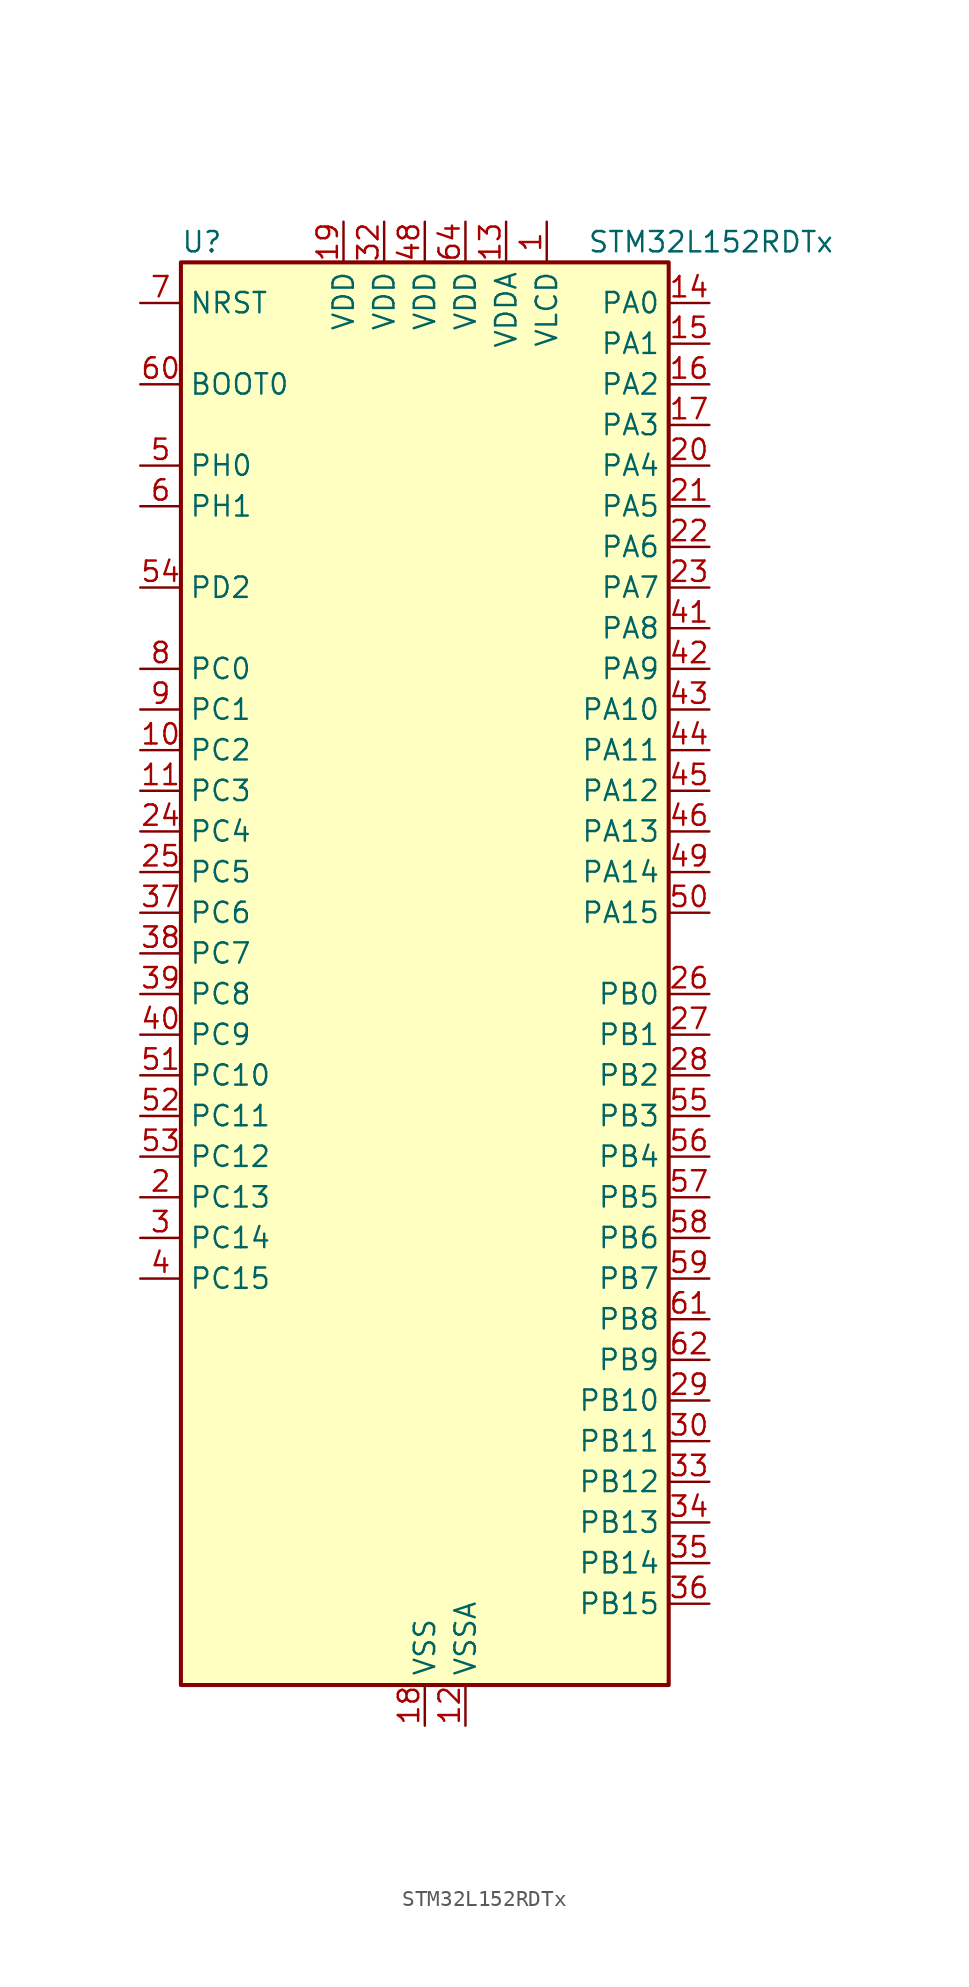
<source format=kicad_sym>
(kicad_symbol_lib
  (version 20231120)
  (generator "kicad-library-utils")
  (generator_version "8.0")
  (symbol "STM32L152RDTx"
    (property "Reference" "U"
      (at -15.24 46.99 0)
      (effects (font (size 1.27 1.27)) (justify left)))
    (property "Value" "STM32L152RDTx"
      (at 10.16 46.99 0)
      (effects (font (size 1.27 1.27)) (justify left)))
    (symbol "STM32L152RDTx_0_1"
      (rectangle (start -15.24 -43.18) (end 15.24 45.72) (stroke (width 0.254) (type default)) (fill (type background))))
    (symbol "STM32L152RDTx_1_1"
      (pin power_in line (at 7.62 48.26 270) (length 2.54) (name "VLCD" (effects (font (size 1.27 1.27)))) (number "1" (effects (font (size 1.27 1.27)))))
      (pin bidirectional line (at -17.78 15.24 0) (length 2.54) (name "PC2" (effects (font (size 1.27 1.27)))) (number "10" (effects (font (size 1.27 1.27)))) (alternate "ADC_IN12" bidirectional line) (alternate "COMP1_INP" bidirectional line) (alternate "LCD_SEG20" bidirectional line) (alternate "OPAMP3_VINM" bidirectional line) (alternate "TIMX_IC3" bidirectional line) (alternate "TS_G8_IO3" bidirectional line))
      (pin bidirectional line (at -17.78 12.7 0) (length 2.54) (name "PC3" (effects (font (size 1.27 1.27)))) (number "11" (effects (font (size 1.27 1.27)))) (alternate "ADC_IN13" bidirectional line) (alternate "COMP1_INP" bidirectional line) (alternate "LCD_SEG21" bidirectional line) (alternate "OPAMP3_VOUT" bidirectional line) (alternate "TIMX_IC4" bidirectional line) (alternate "TS_G8_IO4" bidirectional line))
      (pin power_in line (at 2.54 -45.72 90) (length 2.54) (name "VSSA" (effects (font (size 1.27 1.27)))) (number "12" (effects (font (size 1.27 1.27)))))
      (pin power_in line (at 5.08 48.26 270) (length 2.54) (name "VDDA" (effects (font (size 1.27 1.27)))) (number "13" (effects (font (size 1.27 1.27)))))
      (pin bidirectional line (at 17.78 43.18 180) (length 2.54) (name "PA0" (effects (font (size 1.27 1.27)))) (number "14" (effects (font (size 1.27 1.27)))) (alternate "ADC_IN0" bidirectional line) (alternate "COMP1_INP" bidirectional line) (alternate "RTC_TAMP2" bidirectional line) (alternate "SYS_WKUP1" bidirectional line) (alternate "TIM2_CH1" bidirectional line) (alternate "TIM2_ETR" bidirectional line) (alternate "TIM5_CH1" bidirectional line) (alternate "TIMX_IC1" bidirectional line) (alternate "TS_G1_IO1" bidirectional line) (alternate "USART2_CTS" bidirectional line))
      (pin bidirectional line (at 17.78 40.64 180) (length 2.54) (name "PA1" (effects (font (size 1.27 1.27)))) (number "15" (effects (font (size 1.27 1.27)))) (alternate "ADC_IN1" bidirectional line) (alternate "COMP1_INP" bidirectional line) (alternate "LCD_SEG0" bidirectional line) (alternate "OPAMP1_VINP" bidirectional line) (alternate "TIM2_CH2" bidirectional line) (alternate "TIM5_CH2" bidirectional line) (alternate "TIMX_IC2" bidirectional line) (alternate "TS_G1_IO2" bidirectional line) (alternate "USART2_RTS" bidirectional line))
      (pin bidirectional line (at 17.78 38.1 180) (length 2.54) (name "PA2" (effects (font (size 1.27 1.27)))) (number "16" (effects (font (size 1.27 1.27)))) (alternate "ADC_IN2" bidirectional line) (alternate "COMP1_INP" bidirectional line) (alternate "LCD_SEG1" bidirectional line) (alternate "OPAMP1_VINM" bidirectional line) (alternate "TIM2_CH3" bidirectional line) (alternate "TIM5_CH3" bidirectional line) (alternate "TIM9_CH1" bidirectional line) (alternate "TIMX_IC3" bidirectional line) (alternate "TS_G1_IO3" bidirectional line) (alternate "USART2_TX" bidirectional line))
      (pin bidirectional line (at 17.78 35.56 180) (length 2.54) (name "PA3" (effects (font (size 1.27 1.27)))) (number "17" (effects (font (size 1.27 1.27)))) (alternate "ADC_IN3" bidirectional line) (alternate "COMP1_INP" bidirectional line) (alternate "LCD_SEG2" bidirectional line) (alternate "OPAMP1_VOUT" bidirectional line) (alternate "TIM2_CH4" bidirectional line) (alternate "TIM5_CH4" bidirectional line) (alternate "TIM9_CH2" bidirectional line) (alternate "TIMX_IC4" bidirectional line) (alternate "TS_G1_IO4" bidirectional line) (alternate "USART2_RX" bidirectional line))
      (pin power_in line (at 0 -45.72 90) (length 2.54) (name "VSS" (effects (font (size 1.27 1.27)))) (number "18" (effects (font (size 1.27 1.27)))))
      (pin power_in line (at -5.08 48.26 270) (length 2.54) (name "VDD" (effects (font (size 1.27 1.27)))) (number "19" (effects (font (size 1.27 1.27)))))
      (pin bidirectional line (at -17.78 -12.7 0) (length 2.54) (name "PC13" (effects (font (size 1.27 1.27)))) (number "2" (effects (font (size 1.27 1.27)))) (alternate "RTC_OUT_ALARM" bidirectional line) (alternate "RTC_OUT_CALIB" bidirectional line) (alternate "RTC_TAMP1" bidirectional line) (alternate "RTC_TS" bidirectional line) (alternate "SYS_WKUP2" bidirectional line) (alternate "TIMX_IC2" bidirectional line))
      (pin bidirectional line (at 17.78 33.02 180) (length 2.54) (name "PA4" (effects (font (size 1.27 1.27)))) (number "20" (effects (font (size 1.27 1.27)))) (alternate "ADC_IN4" bidirectional line) (alternate "COMP1_INP" bidirectional line) (alternate "DAC_OUT1" bidirectional line) (alternate "I2S3_WS" bidirectional line) (alternate "SPI1_NSS" bidirectional line) (alternate "SPI3_NSS" bidirectional line) (alternate "TIMX_IC1" bidirectional line) (alternate "USART2_CK" bidirectional line))
      (pin bidirectional line (at 17.78 30.48 180) (length 2.54) (name "PA5" (effects (font (size 1.27 1.27)))) (number "21" (effects (font (size 1.27 1.27)))) (alternate "ADC_IN5" bidirectional line) (alternate "COMP1_INP" bidirectional line) (alternate "DAC_OUT2" bidirectional line) (alternate "SPI1_SCK" bidirectional line) (alternate "TIM2_CH1" bidirectional line) (alternate "TIM2_ETR" bidirectional line) (alternate "TIMX_IC2" bidirectional line))
      (pin bidirectional line (at 17.78 27.94 180) (length 2.54) (name "PA6" (effects (font (size 1.27 1.27)))) (number "22" (effects (font (size 1.27 1.27)))) (alternate "ADC_IN6" bidirectional line) (alternate "COMP1_INP" bidirectional line) (alternate "LCD_SEG3" bidirectional line) (alternate "OPAMP2_VINP" bidirectional line) (alternate "SPI1_MISO" bidirectional line) (alternate "TIM10_CH1" bidirectional line) (alternate "TIM3_CH1" bidirectional line) (alternate "TIMX_IC3" bidirectional line) (alternate "TS_G2_IO1" bidirectional line))
      (pin bidirectional line (at 17.78 25.4 180) (length 2.54) (name "PA7" (effects (font (size 1.27 1.27)))) (number "23" (effects (font (size 1.27 1.27)))) (alternate "ADC_IN7" bidirectional line) (alternate "COMP1_INP" bidirectional line) (alternate "LCD_SEG4" bidirectional line) (alternate "OPAMP2_VINM" bidirectional line) (alternate "SPI1_MOSI" bidirectional line) (alternate "TIM11_CH1" bidirectional line) (alternate "TIM3_CH2" bidirectional line) (alternate "TIMX_IC4" bidirectional line) (alternate "TS_G2_IO2" bidirectional line))
      (pin bidirectional line (at -17.78 10.16 0) (length 2.54) (name "PC4" (effects (font (size 1.27 1.27)))) (number "24" (effects (font (size 1.27 1.27)))) (alternate "ADC_IN14" bidirectional line) (alternate "COMP1_INP" bidirectional line) (alternate "LCD_SEG22" bidirectional line) (alternate "TIMX_IC1" bidirectional line) (alternate "TS_G9_IO1" bidirectional line))
      (pin bidirectional line (at -17.78 7.62 0) (length 2.54) (name "PC5" (effects (font (size 1.27 1.27)))) (number "25" (effects (font (size 1.27 1.27)))) (alternate "ADC_IN15" bidirectional line) (alternate "COMP1_INP" bidirectional line) (alternate "LCD_SEG23" bidirectional line) (alternate "TIMX_IC2" bidirectional line) (alternate "TS_G9_IO2" bidirectional line))
      (pin bidirectional line (at 17.78 0 180) (length 2.54) (name "PB0" (effects (font (size 1.27 1.27)))) (number "26" (effects (font (size 1.27 1.27)))) (alternate "ADC_IN8" bidirectional line) (alternate "COMP1_INP" bidirectional line) (alternate "LCD_SEG5" bidirectional line) (alternate "OPAMP2_VOUT" bidirectional line) (alternate "SYS_V_REF_OUT" bidirectional line) (alternate "TIM3_CH3" bidirectional line) (alternate "TS_G3_IO1" bidirectional line))
      (pin bidirectional line (at 17.78 -2.54 180) (length 2.54) (name "PB1" (effects (font (size 1.27 1.27)))) (number "27" (effects (font (size 1.27 1.27)))) (alternate "ADC_IN9" bidirectional line) (alternate "COMP1_INP" bidirectional line) (alternate "LCD_SEG6" bidirectional line) (alternate "SYS_V_REF_OUT" bidirectional line) (alternate "TIM3_CH4" bidirectional line) (alternate "TS_G3_IO2" bidirectional line))
      (pin bidirectional line (at 17.78 -5.08 180) (length 2.54) (name "PB2" (effects (font (size 1.27 1.27)))) (number "28" (effects (font (size 1.27 1.27)))) (alternate "TS_G3_IO3" bidirectional line))
      (pin bidirectional line (at 17.78 -25.4 180) (length 2.54) (name "PB10" (effects (font (size 1.27 1.27)))) (number "29" (effects (font (size 1.27 1.27)))) (alternate "I2C2_SCL" bidirectional line) (alternate "LCD_SEG10" bidirectional line) (alternate "TIM2_CH3" bidirectional line) (alternate "USART3_TX" bidirectional line))
      (pin bidirectional line (at -17.78 -15.24 0) (length 2.54) (name "PC14" (effects (font (size 1.27 1.27)))) (number "3" (effects (font (size 1.27 1.27)))) (alternate "RCC_OSC32_IN" bidirectional line) (alternate "TIMX_IC3" bidirectional line))
      (pin bidirectional line (at 17.78 -27.94 180) (length 2.54) (name "PB11" (effects (font (size 1.27 1.27)))) (number "30" (effects (font (size 1.27 1.27)))) (alternate "ADC_EXTI11" bidirectional line) (alternate "I2C2_SDA" bidirectional line) (alternate "LCD_SEG11" bidirectional line) (alternate "TIM2_CH4" bidirectional line) (alternate "USART3_RX" bidirectional line))
      (pin passive line (at 0 -45.72 90) (length 2.54) hide (name "VSS" (effects (font (size 1.27 1.27)))) (number "31" (effects (font (size 1.27 1.27)))))
      (pin power_in line (at -2.54 48.26 270) (length 2.54) (name "VDD" (effects (font (size 1.27 1.27)))) (number "32" (effects (font (size 1.27 1.27)))))
      (pin bidirectional line (at 17.78 -30.48 180) (length 2.54) (name "PB12" (effects (font (size 1.27 1.27)))) (number "33" (effects (font (size 1.27 1.27)))) (alternate "ADC_IN18" bidirectional line) (alternate "COMP1_INP" bidirectional line) (alternate "I2C2_SMBA" bidirectional line) (alternate "I2S2_WS" bidirectional line) (alternate "LCD_SEG12" bidirectional line) (alternate "SPI2_NSS" bidirectional line) (alternate "TIM10_CH1" bidirectional line) (alternate "TS_G7_IO1" bidirectional line) (alternate "USART3_CK" bidirectional line))
      (pin bidirectional line (at 17.78 -33.02 180) (length 2.54) (name "PB13" (effects (font (size 1.27 1.27)))) (number "34" (effects (font (size 1.27 1.27)))) (alternate "ADC_IN19" bidirectional line) (alternate "COMP1_INP" bidirectional line) (alternate "I2S2_CK" bidirectional line) (alternate "LCD_SEG13" bidirectional line) (alternate "SPI2_SCK" bidirectional line) (alternate "TIM9_CH1" bidirectional line) (alternate "TS_G7_IO2" bidirectional line) (alternate "USART3_CTS" bidirectional line))
      (pin bidirectional line (at 17.78 -35.56 180) (length 2.54) (name "PB14" (effects (font (size 1.27 1.27)))) (number "35" (effects (font (size 1.27 1.27)))) (alternate "ADC_IN20" bidirectional line) (alternate "COMP1_INP" bidirectional line) (alternate "LCD_SEG14" bidirectional line) (alternate "SPI2_MISO" bidirectional line) (alternate "TIM9_CH2" bidirectional line) (alternate "TS_G7_IO3" bidirectional line) (alternate "USART3_RTS" bidirectional line))
      (pin bidirectional line (at 17.78 -38.1 180) (length 2.54) (name "PB15" (effects (font (size 1.27 1.27)))) (number "36" (effects (font (size 1.27 1.27)))) (alternate "ADC_EXTI15" bidirectional line) (alternate "ADC_IN21" bidirectional line) (alternate "COMP1_INP" bidirectional line) (alternate "I2S2_SD" bidirectional line) (alternate "LCD_SEG15" bidirectional line) (alternate "RTC_REFIN" bidirectional line) (alternate "SPI2_MOSI" bidirectional line) (alternate "TIM11_CH1" bidirectional line) (alternate "TS_G7_IO4" bidirectional line))
      (pin bidirectional line (at -17.78 5.08 0) (length 2.54) (name "PC6" (effects (font (size 1.27 1.27)))) (number "37" (effects (font (size 1.27 1.27)))) (alternate "I2S2_MCK" bidirectional line) (alternate "LCD_SEG24" bidirectional line) (alternate "SDIO_D6" bidirectional line) (alternate "TIM3_CH1" bidirectional line) (alternate "TIMX_IC3" bidirectional line) (alternate "TS_G10_IO1" bidirectional line))
      (pin bidirectional line (at -17.78 2.54 0) (length 2.54) (name "PC7" (effects (font (size 1.27 1.27)))) (number "38" (effects (font (size 1.27 1.27)))) (alternate "I2S3_MCK" bidirectional line) (alternate "LCD_SEG25" bidirectional line) (alternate "SDIO_D7" bidirectional line) (alternate "TIM3_CH2" bidirectional line) (alternate "TIMX_IC4" bidirectional line) (alternate "TS_G10_IO2" bidirectional line))
      (pin bidirectional line (at -17.78 0 0) (length 2.54) (name "PC8" (effects (font (size 1.27 1.27)))) (number "39" (effects (font (size 1.27 1.27)))) (alternate "LCD_SEG26" bidirectional line) (alternate "SDIO_D0" bidirectional line) (alternate "TIM3_CH3" bidirectional line) (alternate "TIMX_IC1" bidirectional line) (alternate "TS_G10_IO3" bidirectional line))
      (pin bidirectional line (at -17.78 -17.78 0) (length 2.54) (name "PC15" (effects (font (size 1.27 1.27)))) (number "4" (effects (font (size 1.27 1.27)))) (alternate "ADC_EXTI15" bidirectional line) (alternate "RCC_OSC32_OUT" bidirectional line) (alternate "TIMX_IC4" bidirectional line))
      (pin bidirectional line (at -17.78 -2.54 0) (length 2.54) (name "PC9" (effects (font (size 1.27 1.27)))) (number "40" (effects (font (size 1.27 1.27)))) (alternate "DAC_EXTI9" bidirectional line) (alternate "LCD_SEG27" bidirectional line) (alternate "SDIO_D1" bidirectional line) (alternate "TIM3_CH4" bidirectional line) (alternate "TIMX_IC2" bidirectional line) (alternate "TS_G10_IO4" bidirectional line))
      (pin bidirectional line (at 17.78 22.86 180) (length 2.54) (name "PA8" (effects (font (size 1.27 1.27)))) (number "41" (effects (font (size 1.27 1.27)))) (alternate "LCD_COM0" bidirectional line) (alternate "RCC_MCO" bidirectional line) (alternate "TIMX_IC1" bidirectional line) (alternate "TS_G4_IO1" bidirectional line) (alternate "USART1_CK" bidirectional line))
      (pin bidirectional line (at 17.78 20.32 180) (length 2.54) (name "PA9" (effects (font (size 1.27 1.27)))) (number "42" (effects (font (size 1.27 1.27)))) (alternate "DAC_EXTI9" bidirectional line) (alternate "LCD_COM1" bidirectional line) (alternate "TIMX_IC2" bidirectional line) (alternate "TS_G4_IO2" bidirectional line) (alternate "USART1_TX" bidirectional line))
      (pin bidirectional line (at 17.78 17.78 180) (length 2.54) (name "PA10" (effects (font (size 1.27 1.27)))) (number "43" (effects (font (size 1.27 1.27)))) (alternate "LCD_COM2" bidirectional line) (alternate "TIMX_IC3" bidirectional line) (alternate "TS_G4_IO3" bidirectional line) (alternate "USART1_RX" bidirectional line))
      (pin bidirectional line (at 17.78 15.24 180) (length 2.54) (name "PA11" (effects (font (size 1.27 1.27)))) (number "44" (effects (font (size 1.27 1.27)))) (alternate "ADC_EXTI11" bidirectional line) (alternate "SPI1_MISO" bidirectional line) (alternate "TIMX_IC4" bidirectional line) (alternate "USART1_CTS" bidirectional line) (alternate "USB_DM" bidirectional line))
      (pin bidirectional line (at 17.78 12.7 180) (length 2.54) (name "PA12" (effects (font (size 1.27 1.27)))) (number "45" (effects (font (size 1.27 1.27)))) (alternate "SPI1_MOSI" bidirectional line) (alternate "TIMX_IC1" bidirectional line) (alternate "USART1_RTS" bidirectional line) (alternate "USB_DP" bidirectional line))
      (pin bidirectional line (at 17.78 10.16 180) (length 2.54) (name "PA13" (effects (font (size 1.27 1.27)))) (number "46" (effects (font (size 1.27 1.27)))) (alternate "SYS_JTMS-SWDIO" bidirectional line) (alternate "TIMX_IC2" bidirectional line) (alternate "TS_G5_IO1" bidirectional line))
      (pin passive line (at 0 -45.72 90) (length 2.54) hide (name "VSS" (effects (font (size 1.27 1.27)))) (number "47" (effects (font (size 1.27 1.27)))))
      (pin power_in line (at 0 48.26 270) (length 2.54) (name "VDD" (effects (font (size 1.27 1.27)))) (number "48" (effects (font (size 1.27 1.27)))))
      (pin bidirectional line (at 17.78 7.62 180) (length 2.54) (name "PA14" (effects (font (size 1.27 1.27)))) (number "49" (effects (font (size 1.27 1.27)))) (alternate "SYS_JTCK-SWCLK" bidirectional line) (alternate "TIMX_IC3" bidirectional line) (alternate "TS_G5_IO2" bidirectional line))
      (pin bidirectional line (at -17.78 33.02 0) (length 2.54) (name "PH0" (effects (font (size 1.27 1.27)))) (number "5" (effects (font (size 1.27 1.27)))) (alternate "RCC_OSC_IN" bidirectional line))
      (pin bidirectional line (at 17.78 5.08 180) (length 2.54) (name "PA15" (effects (font (size 1.27 1.27)))) (number "50" (effects (font (size 1.27 1.27)))) (alternate "ADC_EXTI15" bidirectional line) (alternate "I2S3_WS" bidirectional line) (alternate "LCD_SEG17" bidirectional line) (alternate "SPI1_NSS" bidirectional line) (alternate "SPI3_NSS" bidirectional line) (alternate "SYS_JTDI" bidirectional line) (alternate "TIM2_CH1" bidirectional line) (alternate "TIM2_ETR" bidirectional line) (alternate "TIMX_IC4" bidirectional line) (alternate "TS_G5_IO3" bidirectional line))
      (pin bidirectional line (at -17.78 -5.08 0) (length 2.54) (name "PC10" (effects (font (size 1.27 1.27)))) (number "51" (effects (font (size 1.27 1.27)))) (alternate "I2S3_CK" bidirectional line) (alternate "LCD_COM4" bidirectional line) (alternate "LCD_SEG28" bidirectional line) (alternate "LCD_SEG40" bidirectional line) (alternate "SDIO_D2" bidirectional line) (alternate "SPI3_SCK" bidirectional line) (alternate "TIMX_IC3" bidirectional line) (alternate "UART4_TX" bidirectional line) (alternate "USART3_TX" bidirectional line))
      (pin bidirectional line (at -17.78 -7.62 0) (length 2.54) (name "PC11" (effects (font (size 1.27 1.27)))) (number "52" (effects (font (size 1.27 1.27)))) (alternate "ADC_EXTI11" bidirectional line) (alternate "LCD_COM5" bidirectional line) (alternate "LCD_SEG29" bidirectional line) (alternate "LCD_SEG41" bidirectional line) (alternate "SDIO_D3" bidirectional line) (alternate "SPI3_MISO" bidirectional line) (alternate "TIMX_IC4" bidirectional line) (alternate "UART4_RX" bidirectional line) (alternate "USART3_RX" bidirectional line))
      (pin bidirectional line (at -17.78 -10.16 0) (length 2.54) (name "PC12" (effects (font (size 1.27 1.27)))) (number "53" (effects (font (size 1.27 1.27)))) (alternate "I2S3_SD" bidirectional line) (alternate "LCD_COM6" bidirectional line) (alternate "LCD_SEG30" bidirectional line) (alternate "LCD_SEG42" bidirectional line) (alternate "SDIO_CK" bidirectional line) (alternate "SPI3_MOSI" bidirectional line) (alternate "TIMX_IC1" bidirectional line) (alternate "UART5_TX" bidirectional line) (alternate "USART3_CK" bidirectional line))
      (pin bidirectional line (at -17.78 25.4 0) (length 2.54) (name "PD2" (effects (font (size 1.27 1.27)))) (number "54" (effects (font (size 1.27 1.27)))) (alternate "LCD_COM7" bidirectional line) (alternate "LCD_SEG31" bidirectional line) (alternate "LCD_SEG43" bidirectional line) (alternate "SDIO_CMD" bidirectional line) (alternate "TIM3_ETR" bidirectional line) (alternate "TIMX_IC3" bidirectional line) (alternate "UART5_RX" bidirectional line))
      (pin bidirectional line (at 17.78 -7.62 180) (length 2.54) (name "PB3" (effects (font (size 1.27 1.27)))) (number "55" (effects (font (size 1.27 1.27)))) (alternate "COMP2_INM" bidirectional line) (alternate "I2S3_CK" bidirectional line) (alternate "LCD_SEG7" bidirectional line) (alternate "SPI1_SCK" bidirectional line) (alternate "SPI3_SCK" bidirectional line) (alternate "SYS_JTDO-TRACESWO" bidirectional line) (alternate "TIM2_CH2" bidirectional line))
      (pin bidirectional line (at 17.78 -10.16 180) (length 2.54) (name "PB4" (effects (font (size 1.27 1.27)))) (number "56" (effects (font (size 1.27 1.27)))) (alternate "COMP2_INP" bidirectional line) (alternate "LCD_SEG8" bidirectional line) (alternate "SPI1_MISO" bidirectional line) (alternate "SPI3_MISO" bidirectional line) (alternate "SYS_JTRST" bidirectional line) (alternate "TIM3_CH1" bidirectional line) (alternate "TS_G6_IO1" bidirectional line))
      (pin bidirectional line (at 17.78 -12.7 180) (length 2.54) (name "PB5" (effects (font (size 1.27 1.27)))) (number "57" (effects (font (size 1.27 1.27)))) (alternate "COMP2_INP" bidirectional line) (alternate "I2C1_SMBA" bidirectional line) (alternate "I2S3_SD" bidirectional line) (alternate "LCD_SEG9" bidirectional line) (alternate "SPI1_MOSI" bidirectional line) (alternate "SPI3_MOSI" bidirectional line) (alternate "TIM3_CH2" bidirectional line) (alternate "TS_G6_IO2" bidirectional line))
      (pin bidirectional line (at 17.78 -15.24 180) (length 2.54) (name "PB6" (effects (font (size 1.27 1.27)))) (number "58" (effects (font (size 1.27 1.27)))) (alternate "COMP2_INP" bidirectional line) (alternate "I2C1_SCL" bidirectional line) (alternate "TIM4_CH1" bidirectional line) (alternate "TS_G6_IO3" bidirectional line) (alternate "USART1_TX" bidirectional line))
      (pin bidirectional line (at 17.78 -17.78 180) (length 2.54) (name "PB7" (effects (font (size 1.27 1.27)))) (number "59" (effects (font (size 1.27 1.27)))) (alternate "COMP2_INP" bidirectional line) (alternate "I2C1_SDA" bidirectional line) (alternate "SYS_PVD_IN" bidirectional line) (alternate "TIM4_CH2" bidirectional line) (alternate "TS_G6_IO4" bidirectional line) (alternate "USART1_RX" bidirectional line))
      (pin bidirectional line (at -17.78 30.48 0) (length 2.54) (name "PH1" (effects (font (size 1.27 1.27)))) (number "6" (effects (font (size 1.27 1.27)))) (alternate "RCC_OSC_OUT" bidirectional line))
      (pin input line (at -17.78 38.1 0) (length 2.54) (name "BOOT0" (effects (font (size 1.27 1.27)))) (number "60" (effects (font (size 1.27 1.27)))))
      (pin bidirectional line (at 17.78 -20.32 180) (length 2.54) (name "PB8" (effects (font (size 1.27 1.27)))) (number "61" (effects (font (size 1.27 1.27)))) (alternate "I2C1_SCL" bidirectional line) (alternate "LCD_SEG16" bidirectional line) (alternate "SDIO_D4" bidirectional line) (alternate "TIM10_CH1" bidirectional line) (alternate "TIM4_CH3" bidirectional line))
      (pin bidirectional line (at 17.78 -22.86 180) (length 2.54) (name "PB9" (effects (font (size 1.27 1.27)))) (number "62" (effects (font (size 1.27 1.27)))) (alternate "DAC_EXTI9" bidirectional line) (alternate "I2C1_SDA" bidirectional line) (alternate "LCD_COM3" bidirectional line) (alternate "SDIO_D5" bidirectional line) (alternate "TIM11_CH1" bidirectional line) (alternate "TIM4_CH4" bidirectional line))
      (pin passive line (at 0 -45.72 90) (length 2.54) hide (name "VSS" (effects (font (size 1.27 1.27)))) (number "63" (effects (font (size 1.27 1.27)))))
      (pin power_in line (at 2.54 48.26 270) (length 2.54) (name "VDD" (effects (font (size 1.27 1.27)))) (number "64" (effects (font (size 1.27 1.27)))))
      (pin input line (at -17.78 43.18 0) (length 2.54) (name "NRST" (effects (font (size 1.27 1.27)))) (number "7" (effects (font (size 1.27 1.27)))))
      (pin bidirectional line (at -17.78 20.32 0) (length 2.54) (name "PC0" (effects (font (size 1.27 1.27)))) (number "8" (effects (font (size 1.27 1.27)))) (alternate "ADC_IN10" bidirectional line) (alternate "COMP1_INP" bidirectional line) (alternate "LCD_SEG18" bidirectional line) (alternate "TIMX_IC1" bidirectional line) (alternate "TS_G8_IO1" bidirectional line))
      (pin bidirectional line (at -17.78 17.78 0) (length 2.54) (name "PC1" (effects (font (size 1.27 1.27)))) (number "9" (effects (font (size 1.27 1.27)))) (alternate "ADC_IN11" bidirectional line) (alternate "COMP1_INP" bidirectional line) (alternate "LCD_SEG19" bidirectional line) (alternate "OPAMP3_VINP" bidirectional line) (alternate "TIMX_IC2" bidirectional line) (alternate "TS_G8_IO2" bidirectional line)))))
</source>
